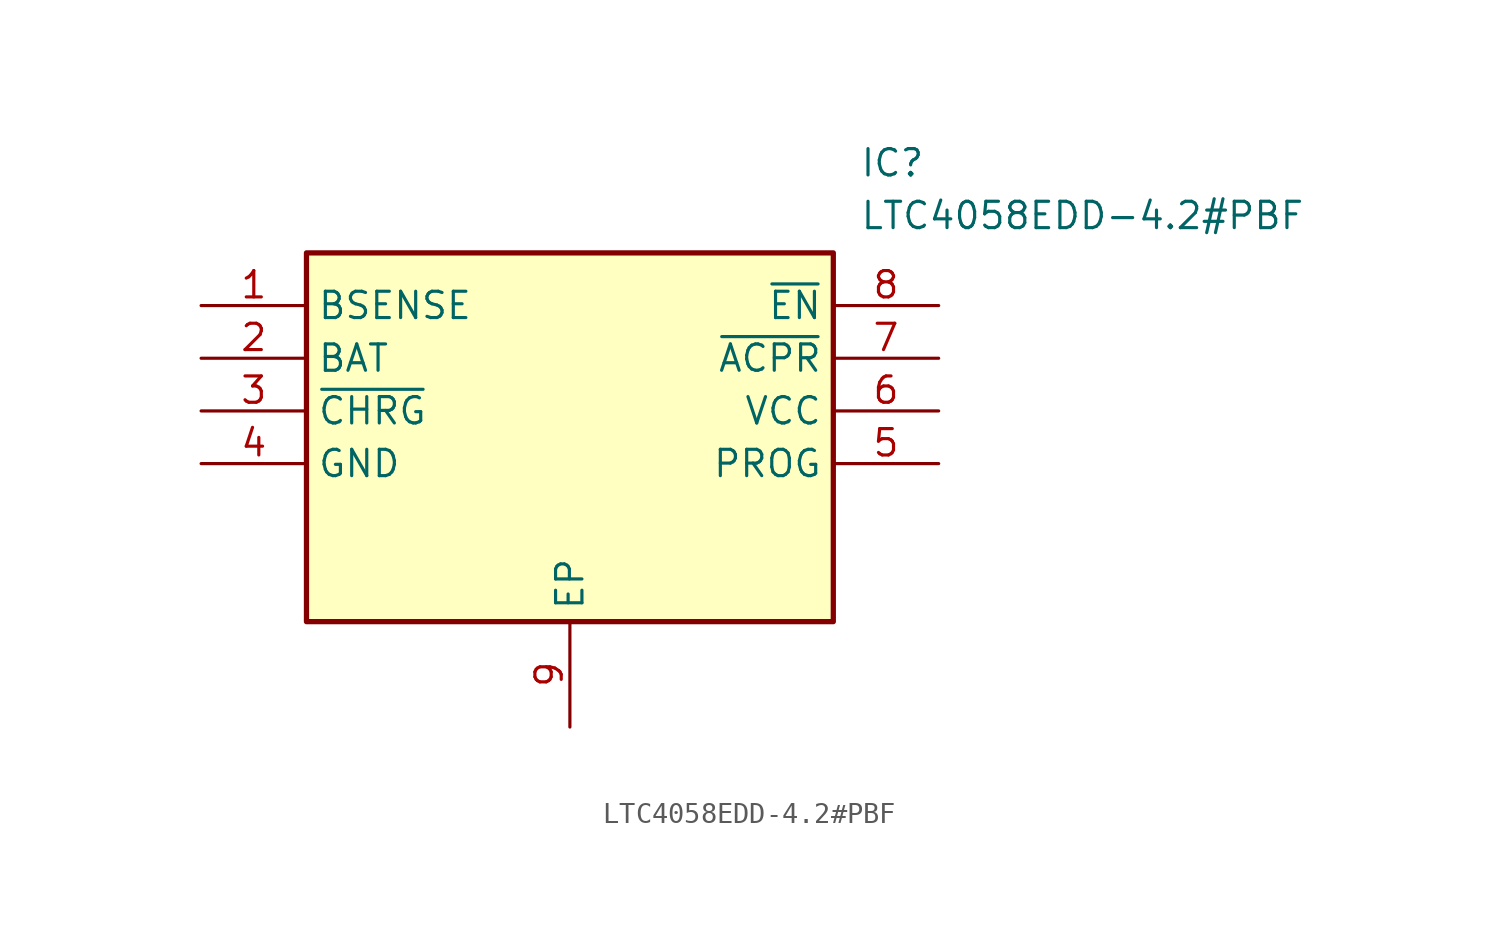
<source format=kicad_sym>
(kicad_symbol_lib
  (version 20211014)
  (generator SamacSys_ECAD_Model)
  (symbol "LTC4058EDD-4.2#PBF"
    (property "Reference" "IC"
      (at 31.75 7.62 0)
      (effects (font (size 1.27 1.27)) (justify left top)))
    (property "Value" "LTC4058EDD-4.2#PBF"
      (at 31.75 5.08 0)
      (effects (font (size 1.27 1.27)) (justify left top)))
    (rectangle
      (start 5.08 2.54)
      (end 30.48 -15.24)
      (stroke (width 0.254) (type default))
      (fill (type background)))
    (pin passive line
      (at 0 0 0)
      (length 5.08)
      (name "BSENSE" (effects (font (size 1.27 1.27))))
      (number "1" (effects (font (size 1.27 1.27)))))
    (pin passive line
      (at 0 -2.54 0)
      (length 5.08)
      (name "BAT" (effects (font (size 1.27 1.27))))
      (number "2" (effects (font (size 1.27 1.27)))))
    (pin passive line
      (at 0 -5.08 0)
      (length 5.08)
      (name "~{CHRG}" (effects (font (size 1.27 1.27))))
      (number "3" (effects (font (size 1.27 1.27)))))
    (pin passive line
      (at 0 -7.62 0)
      (length 5.08)
      (name "GND" (effects (font (size 1.27 1.27))))
      (number "4" (effects (font (size 1.27 1.27)))))
    (pin passive line
      (at 17.78 -20.32 90)
      (length 5.08)
      (name "EP" (effects (font (size 1.27 1.27))))
      (number "9" (effects (font (size 1.27 1.27)))))
    (pin passive line
      (at 35.56 0 180)
      (length 5.08)
      (name "~{EN}" (effects (font (size 1.27 1.27))))
      (number "8" (effects (font (size 1.27 1.27)))))
    (pin passive line
      (at 35.56 -2.54 180)
      (length 5.08)
      (name "~{ACPR}" (effects (font (size 1.27 1.27))))
      (number "7" (effects (font (size 1.27 1.27)))))
    (pin passive line
      (at 35.56 -5.08 180)
      (length 5.08)
      (name "VCC" (effects (font (size 1.27 1.27))))
      (number "6" (effects (font (size 1.27 1.27)))))
    (pin passive line
      (at 35.56 -7.62 180)
      (length 5.08)
      (name "PROG" (effects (font (size 1.27 1.27))))
      (number "5" (effects (font (size 1.27 1.27)))))))
</source>
